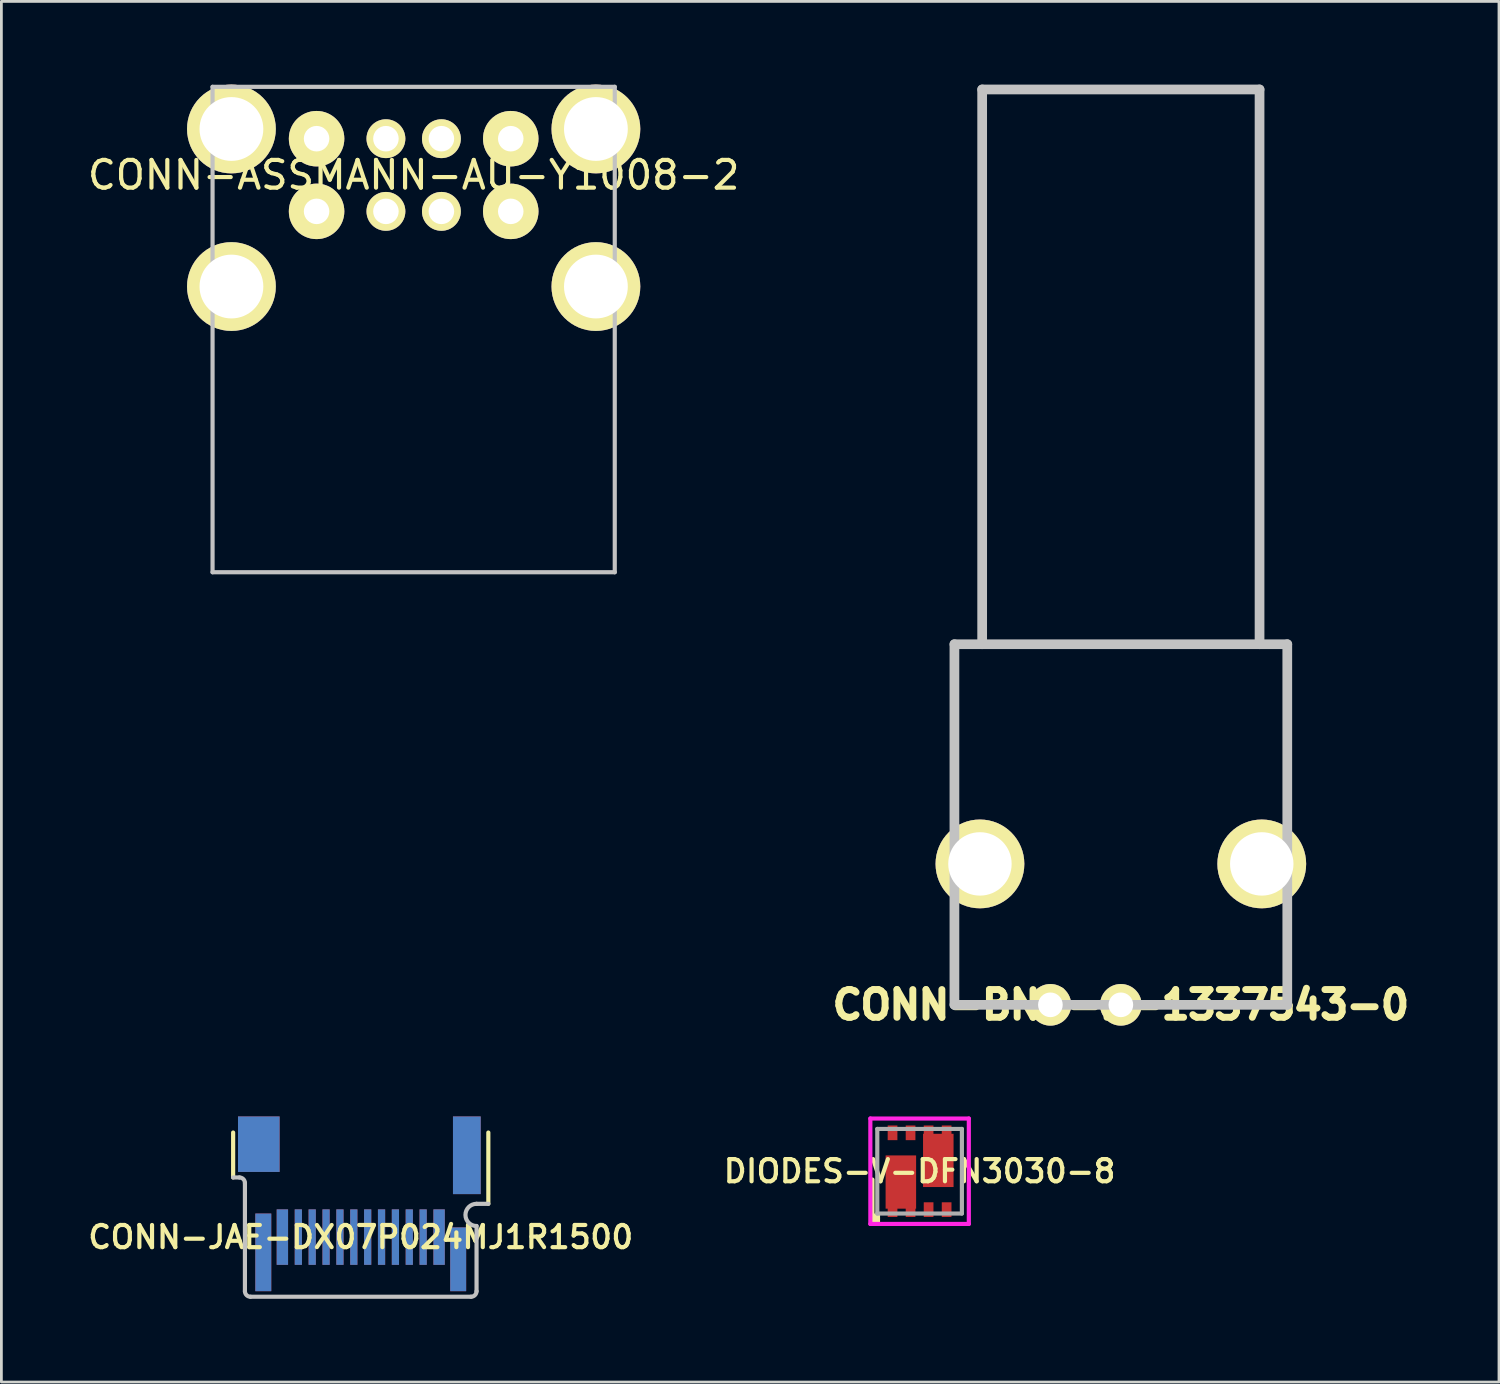
<source format=kicad_pcb>
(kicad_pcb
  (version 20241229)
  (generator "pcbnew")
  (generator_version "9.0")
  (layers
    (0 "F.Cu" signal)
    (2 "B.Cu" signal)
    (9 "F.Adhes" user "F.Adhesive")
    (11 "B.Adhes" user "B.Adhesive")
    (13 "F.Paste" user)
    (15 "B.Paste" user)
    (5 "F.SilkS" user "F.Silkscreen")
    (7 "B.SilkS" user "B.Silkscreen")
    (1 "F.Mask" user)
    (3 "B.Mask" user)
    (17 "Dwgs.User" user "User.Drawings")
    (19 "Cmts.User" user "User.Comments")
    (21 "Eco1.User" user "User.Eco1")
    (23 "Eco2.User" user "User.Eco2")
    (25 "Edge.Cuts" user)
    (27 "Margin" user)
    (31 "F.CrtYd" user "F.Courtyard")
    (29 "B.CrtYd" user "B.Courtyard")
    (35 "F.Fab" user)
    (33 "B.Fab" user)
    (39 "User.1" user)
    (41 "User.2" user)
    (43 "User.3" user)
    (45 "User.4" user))
  (footprint "CONN-ASSMANN-AU-Y1008-2"
    (layer "F.Cu")
    (at 11.863 3.26)
    (property "Reference" "CONN-ASSMANN-AU-Y1008-2" (at 0 0 0) (layer "F.SilkS") (effects (font (size 1 1) (thickness 0.15))))
    (attr through_hole)
    (fp_line (start -7.25 -3.18) (end -7.25 14.32) (stroke (width 0.15) (type solid)) (layer "Dwgs.User"))
    (fp_line (start -7.25 -3.18) (end 7.25 -3.18) (stroke (width 0.15) (type solid)) (layer "Dwgs.User"))
    (fp_line (start -7.25 14.32) (end 7.25 14.32) (stroke (width 0.15) (type solid)) (layer "Dwgs.User"))
    (fp_line (start 7.25 14.32) (end 7.25 -3.18) (stroke (width 0.15) (type solid)) (layer "Dwgs.User"))
    (pad "1" thru_hole circle (at -3.5 -1.31) (size 2 2) (drill 0.92) (layers "*.Cu" "*.Mask" "F.SilkS"))
    (pad "2" thru_hole circle (at -1 -1.31) (size 1.4 1.4) (drill 0.92) (layers "*.Cu" "*.Mask" "F.SilkS"))
    (pad "3" thru_hole circle (at 1 -1.31) (size 1.4 1.4) (drill 0.92) (layers "*.Cu" "*.Mask" "F.SilkS"))
    (pad "4" thru_hole circle (at 3.5 -1.31) (size 2 2) (drill 0.92) (layers "*.Cu" "*.Mask" "F.SilkS"))
    (pad "5" thru_hole circle (at -3.5 1.31) (size 2 2) (drill 0.92) (layers "*.Cu" "*.Mask" "F.SilkS"))
    (pad "6" thru_hole circle (at -1 1.31) (size 1.4 1.4) (drill 0.92) (layers "*.Cu" "*.Mask" "F.SilkS"))
    (pad "7" thru_hole circle (at 1 1.31) (size 1.4 1.4) (drill 0.92) (layers "*.Cu" "*.Mask" "F.SilkS"))
    (pad "8" thru_hole circle (at 3.5 1.31) (size 2 2) (drill 0.92) (layers "*.Cu" "*.Mask" "F.SilkS"))
    (pad "SH" thru_hole circle (at -6.57 -1.66) (size 3.2 3.2) (drill 2.3) (layers "*.Cu" "*.Mask" "F.SilkS"))
    (pad "SH" thru_hole circle (at -6.57 4.02) (size 3.2 3.2) (drill 2.3) (layers "*.Cu" "*.Mask" "F.SilkS"))
    (pad "SH" thru_hole circle (at 6.57 -1.66) (size 3.2 3.2) (drill 2.3) (layers "*.Cu" "*.Mask" "F.SilkS"))
    (pad "SH" thru_hole circle (at 6.57 4.02) (size 3.2 3.2) (drill 2.3) (layers "*.Cu" "*.Mask" "F.SilkS")))
  (footprint "DIODES-V-DFN3030-8"
    (layer "F.Cu")
    (at 30.102 39.174)
    (property "Reference" "DIODES-V-DFN3030-8" (at 0 0 0) (layer "F.SilkS") (effects (font (size 0.8 0.8) (thickness 0.15))))
    (attr through_hole)
    (fp_line (start -1.7 0.3) (end -1.7 1.8) (stroke (width 0.15) (type solid)) (layer "F.SilkS"))
    (fp_line (start -1.7 1.6) (end -1.7 1.7) (stroke (width 0.15) (type solid)) (layer "F.SilkS"))
    (fp_line (start -1.7 1.7) (end -1.5 1.7) (stroke (width 0.15) (type solid)) (layer "F.SilkS"))
    (fp_line (start -1.7 1.8) (end -1.5 1.8) (stroke (width 0.15) (type solid)) (layer "F.SilkS"))
    (fp_line (start -1.5 1.6) (end -1.7 1.6) (stroke (width 0.15) (type solid)) (layer "F.SilkS"))
    (fp_line (start -1.5 1.8) (end -1.5 1.6) (stroke (width 0.15) (type solid)) (layer "F.SilkS"))
    (fp_line (start -1.775 -1.9) (end 1.775 -1.9) (stroke (width 0.15) (type solid)) (layer "F.CrtYd"))
    (fp_line (start -1.775 1.9) (end -1.775 -1.9) (stroke (width 0.15) (type solid)) (layer "F.CrtYd"))
    (fp_line (start 1.775 -1.9) (end 1.775 1.9) (stroke (width 0.15) (type solid)) (layer "F.CrtYd"))
    (fp_line (start 1.775 1.9) (end -1.775 1.9) (stroke (width 0.15) (type solid)) (layer "F.CrtYd"))
    (fp_line (start -1.525 -1.525) (end 1.525 -1.525) (stroke (width 0.15) (type solid)) (layer "F.Fab"))
    (fp_line (start -1.525 1.525) (end -1.525 -1.525) (stroke (width 0.15) (type solid)) (layer "F.Fab"))
    (fp_line (start 1.525 -1.525) (end 1.525 1.525) (stroke (width 0.15) (type solid)) (layer "F.Fab"))
    (fp_line (start 1.525 1.525) (end -1.525 1.525) (stroke (width 0.15) (type solid)) (layer "F.Fab"))
    (pad "1" smd rect (at -0.975 1.385) (size 0.35 0.53) (layers "F.Cu" "F.Mask" "F.Paste"))
    (pad "1" smd rect (at -0.675 0.39) (size 1.1 1.92) (layers "F.Cu" "F.Mask" "F.Paste"))
    (pad "1" smd rect (at -0.325 1.385) (size 0.35 0.53) (layers "F.Cu" "F.Mask" "F.Paste"))
    (pad "2" smd rect (at 0.325 1.385) (size 0.35 0.53) (layers "F.Cu" "F.Mask" "F.Paste"))
    (pad "3" smd rect (at 0.975 1.385) (size 0.35 0.53) (layers "F.Cu" "F.Mask" "F.Paste"))
    (pad "4" smd rect (at 0.325 -1.385) (size 0.35 0.53) (layers "F.Cu" "F.Mask" "F.Paste"))
    (pad "4" smd rect (at 0.675 -0.39) (size 1.1 1.92) (layers "F.Cu" "F.Mask" "F.Paste"))
    (pad "4" smd rect (at 0.975 -1.385) (size 0.35 0.53) (layers "F.Cu" "F.Mask" "F.Paste"))
    (pad "5" smd rect (at -0.325 -1.385) (size 0.35 0.53) (layers "F.Cu" "F.Mask" "F.Paste"))
    (pad "6" smd rect (at -0.975 -1.385) (size 0.35 0.53) (layers "F.Cu" "F.Mask" "F.Paste")))
  (footprint "CONN-JAE-DX07P024MJ1R1500"
    (layer "F.Cu")
    (at 9.955 41.549)
    (property "Reference" "CONN-JAE-DX07P024MJ1R1500" (at 0 0 0) (layer "F.SilkS") (effects (font (size 0.8 0.8) (thickness 0.15))))
    (attr through_hole)
    (fp_line (start -4.6 -2.15) (end -4.6 -3.77) (stroke (width 0.15) (type solid)) (layer "F.SilkS"))
    (fp_line (start 4.6 -1.2) (end 4.6 -3.77) (stroke (width 0.15) (type solid)) (layer "F.SilkS"))
    (fp_line (start -4.375 -2.15) (end -4.6 -2.15) (stroke (width 0.15) (type solid)) (layer "Dwgs.User"))
    (fp_line (start -4.175 1.95) (end -4.175 -1.95) (stroke (width 0.15) (type solid)) (layer "Dwgs.User"))
    (fp_line (start -3.975 2.15) (end 3.975 2.15) (stroke (width 0.15) (type solid)) (layer "Dwgs.User"))
    (fp_line (start 4.175 -1.2) (end 4.6 -1.2) (stroke (width 0.15) (type solid)) (layer "Dwgs.User"))
    (fp_line (start 4.175 1.95) (end 4.175 -0.4) (stroke (width 0.15) (type solid)) (layer "Dwgs.User"))
    (fp_arc (start -4.375 -2.15) (mid -4.233579 -2.091421) (end -4.175 -1.95) (stroke (width 0.15) (type solid)) (layer "Dwgs.User"))
    (fp_arc (start -3.975 2.15) (mid -4.116421 2.091421) (end -4.175 1.95) (stroke (width 0.15) (type solid)) (layer "Dwgs.User"))
    (fp_arc (start 4.175 -0.4) (mid 3.775 -0.8) (end 4.175 -1.2) (stroke (width 0.15) (type solid)) (layer "Dwgs.User"))
    (fp_arc (start 4.175 1.95) (mid 4.116421 2.091421) (end 3.975 2.15) (stroke (width 0.15) (type solid)) (layer "Dwgs.User"))
    (pad "A1" smd rect (at 2.825 0) (size 0.41 2) (layers "F.Cu" "F.Mask" "F.Paste"))
    (pad "A2" smd rect (at 2.25 0) (size 0.26 2) (layers "F.Cu" "F.Mask" "F.Paste"))
    (pad "A3" smd rect (at 1.75 0) (size 0.26 2) (layers "F.Cu" "F.Mask" "F.Paste"))
    (pad "A4" smd rect (at 1.25 0) (size 0.26 2) (layers "F.Cu" "F.Mask" "F.Paste"))
    (pad "A5" smd rect (at 0.75 0) (size 0.26 2) (layers "F.Cu" "F.Mask" "F.Paste"))
    (pad "A6" smd rect (at 0.25 0) (size 0.26 2) (layers "F.Cu" "F.Mask" "F.Paste"))
    (pad "A7" smd rect (at -0.25 0) (size 0.26 2) (layers "F.Cu" "F.Mask" "F.Paste"))
    (pad "A8" smd rect (at -0.75 0) (size 0.26 2) (layers "F.Cu" "F.Mask" "F.Paste"))
    (pad "A9" smd rect (at -1.25 0) (size 0.26 2) (layers "F.Cu" "F.Mask" "F.Paste"))
    (pad "A10" smd rect (at -1.75 0) (size 0.26 2) (layers "F.Cu" "F.Mask" "F.Paste"))
    (pad "A11" smd rect (at -2.25 0) (size 0.26 2) (layers "F.Cu" "F.Mask" "F.Paste"))
    (pad "A12" smd rect (at -2.825 0) (size 0.41 2) (layers "F.Cu" "F.Mask" "F.Paste"))
    (pad "B1" smd rect (at -2.825 0) (size 0.41 2) (layers "B.Cu" "B.Mask" "B.Paste"))
    (pad "B2" smd rect (at -2.25 0) (size 0.26 2) (layers "B.Cu" "B.Mask" "B.Paste"))
    (pad "B3" smd rect (at -1.75 0) (size 0.26 2) (layers "B.Cu" "B.Mask" "B.Paste"))
    (pad "B4" smd rect (at -1.25 0) (size 0.26 2) (layers "B.Cu" "B.Mask" "B.Paste"))
    (pad "B5" smd rect (at -0.75 0) (size 0.26 2) (layers "B.Cu" "B.Mask" "B.Paste"))
    (pad "B6" smd rect (at -0.25 0) (size 0.26 2) (layers "B.Cu" "B.Mask" "B.Paste"))
    (pad "B7" smd rect (at 0.25 0) (size 0.26 2) (layers "B.Cu" "B.Mask" "B.Paste"))
    (pad "B8" smd rect (at 0.75 0) (size 0.26 2) (layers "B.Cu" "B.Mask" "B.Paste"))
    (pad "B9" smd rect (at 1.25 0) (size 0.26 2) (layers "B.Cu" "B.Mask" "B.Paste"))
    (pad "B10" smd rect (at 1.75 0) (size 0.26 2) (layers "B.Cu" "B.Mask" "B.Paste"))
    (pad "B11" smd rect (at 2.25 0) (size 0.26 2) (layers "B.Cu" "B.Mask" "B.Paste"))
    (pad "B12" smd rect (at 2.825 0) (size 0.41 2) (layers "B.Cu" "B.Mask" "B.Paste"))
    (pad "SH" smd rect (at -3.675 -3.35) (size 1.5 2) (layers "F.Cu" "F.Mask" "F.Paste"))
    (pad "SH" smd rect (at -3.675 -3.35) (size 1.5 2) (layers "B.Cu" "B.Mask" "B.Paste"))
    (pad "SH" smd rect (at -3.513 0.55) (size 0.575 2.8) (layers "F.Cu" "F.Mask"))
    (pad "SH" smd rect (at -3.513 0.55) (size 0.575 2.8) (layers "B.Cu" "B.Mask"))
    (pad "SH" smd rect (at 3.513 0.8) (size 0.575 2.3) (layers "F.Cu" "F.Mask"))
    (pad "SH" smd rect (at 3.513 0.8) (size 0.575 2.3) (layers "B.Cu" "B.Mask"))
    (pad "SH" smd rect (at 3.825 -2.95) (size 1 2.8) (layers "F.Cu" "F.Mask" "F.Paste"))
    (pad "SH" smd rect (at 3.825 -2.95) (size 1 2.8) (layers "B.Cu" "B.Mask" "B.Paste")))
  (footprint "CONN-BNC-1-1337543-0"
    (layer "F.Cu")
    (at 37.358 33.175)
    (property "Reference" "CONN-BNC-1-1337543-0" (at 0 0 0) (layer "F.SilkS") (effects (font (size 1 1) (thickness 0.25))))
    (attr through_hole)
    (fp_line (start -6 -13) (end 6 -13) (stroke (width 0.35) (type solid)) (layer "Dwgs.User"))
    (fp_line (start -6 0) (end -6 -13) (stroke (width 0.35) (type solid)) (layer "Dwgs.User"))
    (fp_line (start -5 -33) (end 5 -33) (stroke (width 0.35) (type solid)) (layer "Dwgs.User"))
    (fp_line (start -5 -13) (end -5 -33) (stroke (width 0.35) (type solid)) (layer "Dwgs.User"))
    (fp_line (start 5 -33) (end 5 -13) (stroke (width 0.35) (type solid)) (layer "Dwgs.User"))
    (fp_line (start 6 -13) (end 6 0) (stroke (width 0.35) (type solid)) (layer "Dwgs.User"))
    (fp_line (start 6 0) (end -6 0) (stroke (width 0.35) (type solid)) (layer "Dwgs.User"))
    (pad "1" thru_hole circle (at 0 0) (size 1.5 1.5) (drill 0.889) (layers "*.Cu" "*.Mask" "F.SilkS"))
    (pad "2" thru_hole circle (at -5.08 -5.08) (size 3.2 3.2) (drill 2.286) (layers "*.Cu" "*.Mask" "F.SilkS"))
    (pad "2" thru_hole circle (at -2.54 0) (size 1.5 1.5) (drill 0.889) (layers "*.Cu" "*.Mask" "F.SilkS"))
    (pad "2" thru_hole circle (at 5.08 -5.08) (size 3.2 3.2) (drill 2.286) (layers "*.Cu" "*.Mask" "F.SilkS")))
  (gr_rect
    (start -3 -3)
    (end 50.99 46.774)
    (stroke (width 0.1) (type default))
    (fill no)
    (layer "Edge.Cuts")))
</source>
